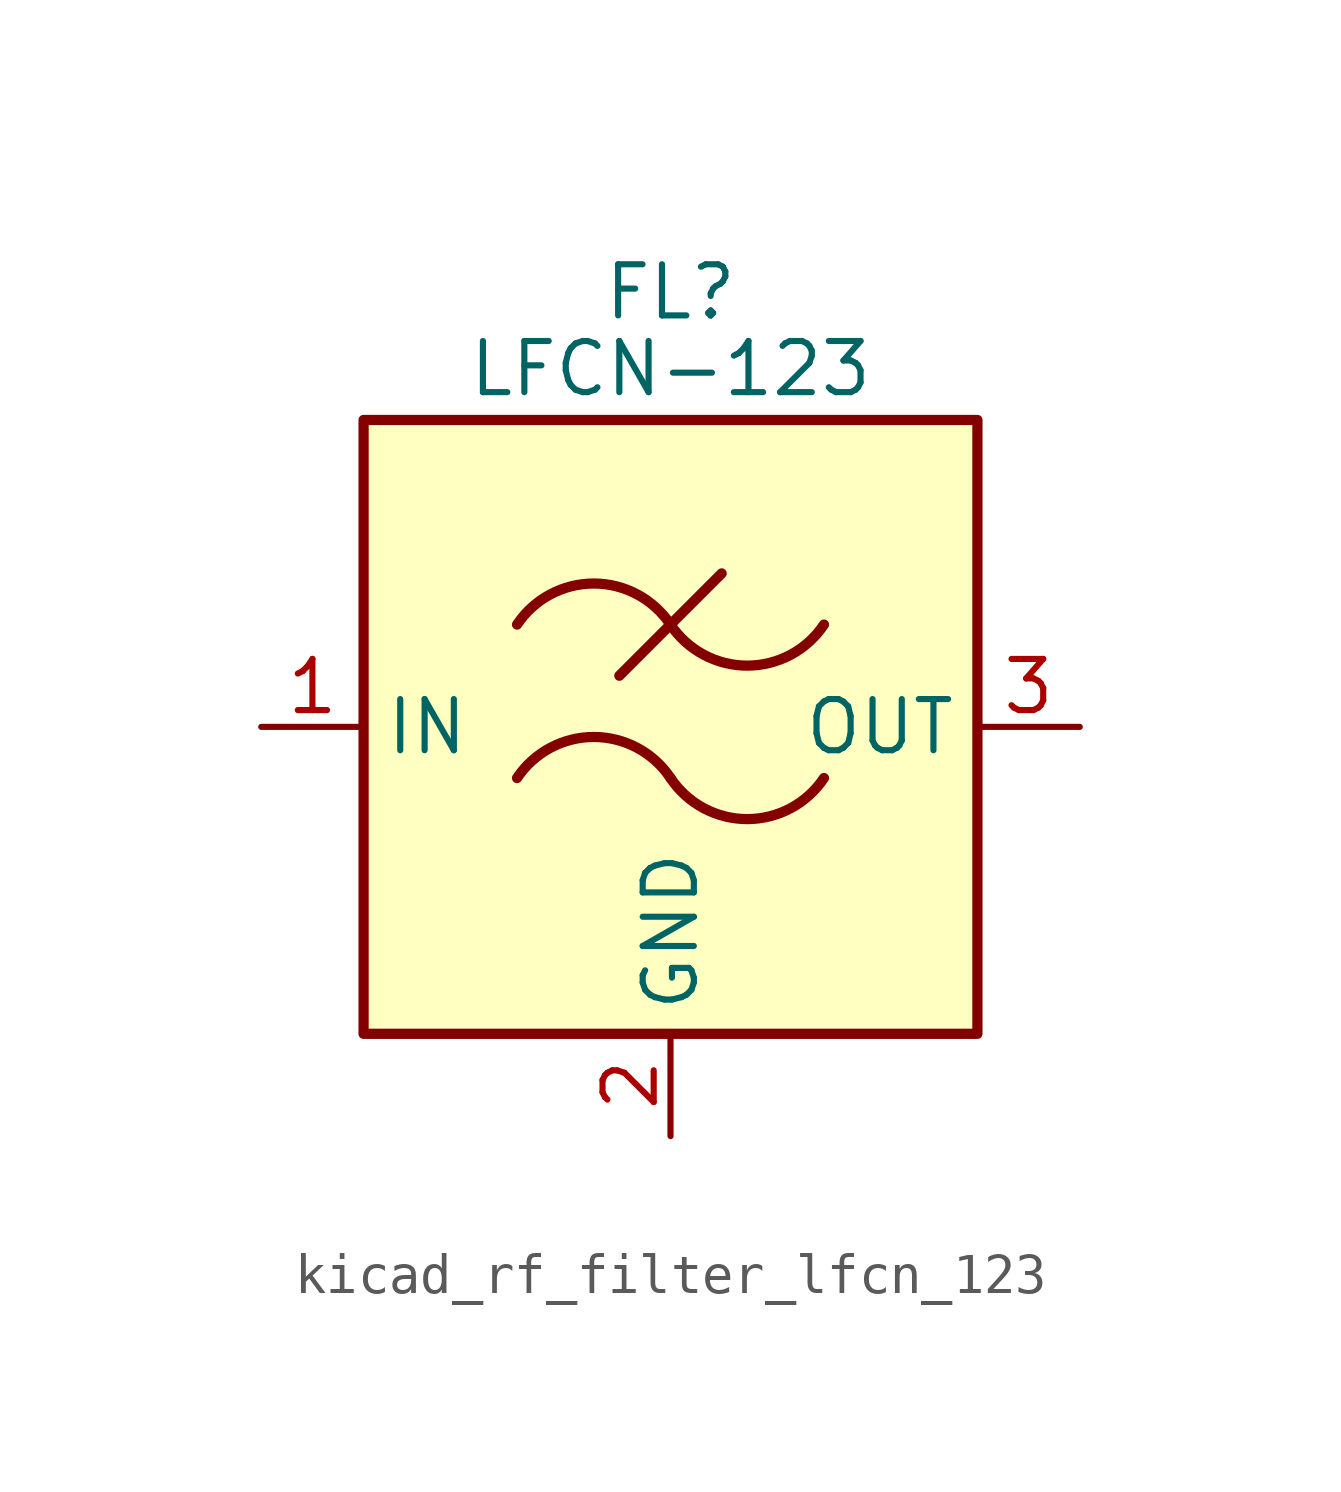
<source format=kicad_sym>
(kicad_symbol_lib
  (version 20220914)
  (generator kicad_symbol_editor)
  (symbol "kicad_rf_filter_lfcn_123"
    (property "Reference" "FL"
      (at 0 10.795 0)
      (effects (font (size 1.27 1.27))))
    (property "Value" "LFCN-123"
      (at 0 8.89 0)
      (effects (font (size 1.27 1.27))))
    (symbol "kicad_rf_filter_lfcn_123_0_1"
      (rectangle (start -7.62 7.62) (end 7.62 -7.62) (stroke (width 0.254) (type default)) (fill (type background)))
      (arc (start 0 -1.27) (mid -1.905 -0.2505) (end -3.81 -1.27) (stroke (width 0.254) (type default)) (fill (type none)))
      (arc (start 0 -1.27) (mid 1.905 -2.2895) (end 3.81 -1.27) (stroke (width 0.254) (type default)) (fill (type none)))
      (polyline (pts (xy -1.27 1.27) (xy 1.27 3.81)) (stroke (width 0.254) (type default)) (fill (type none)))
      (arc (start 0 2.54) (mid -1.905 3.5595) (end -3.81 2.54) (stroke (width 0.254) (type default)) (fill (type none)))
      (arc (start 0 2.54) (mid 1.905 1.5205) (end 3.81 2.54) (stroke (width 0.254) (type default)) (fill (type none))))
    (symbol "kicad_rf_filter_lfcn_123_1_1"
      (pin passive line (at -10.16 0 0) (length 2.54) (name "IN" (effects (font (size 1.27 1.27)))) (number "1" (effects (font (size 1.27 1.27)))))
      (pin passive line (at 0 -10.16 90) (length 2.54) (name "GND" (effects (font (size 1.27 1.27)))) (number "2" (effects (font (size 1.27 1.27)))))
      (pin passive line (at 10.16 0 180) (length 2.54) (name "OUT" (effects (font (size 1.27 1.27)))) (number "3" (effects (font (size 1.27 1.27)))))
      (pin passive line (at 0 -10.16 90) (length 2.54) hide (name "GND" (effects (font (size 1.27 1.27)))) (number "4" (effects (font (size 1.27 1.27))))))))
</source>
